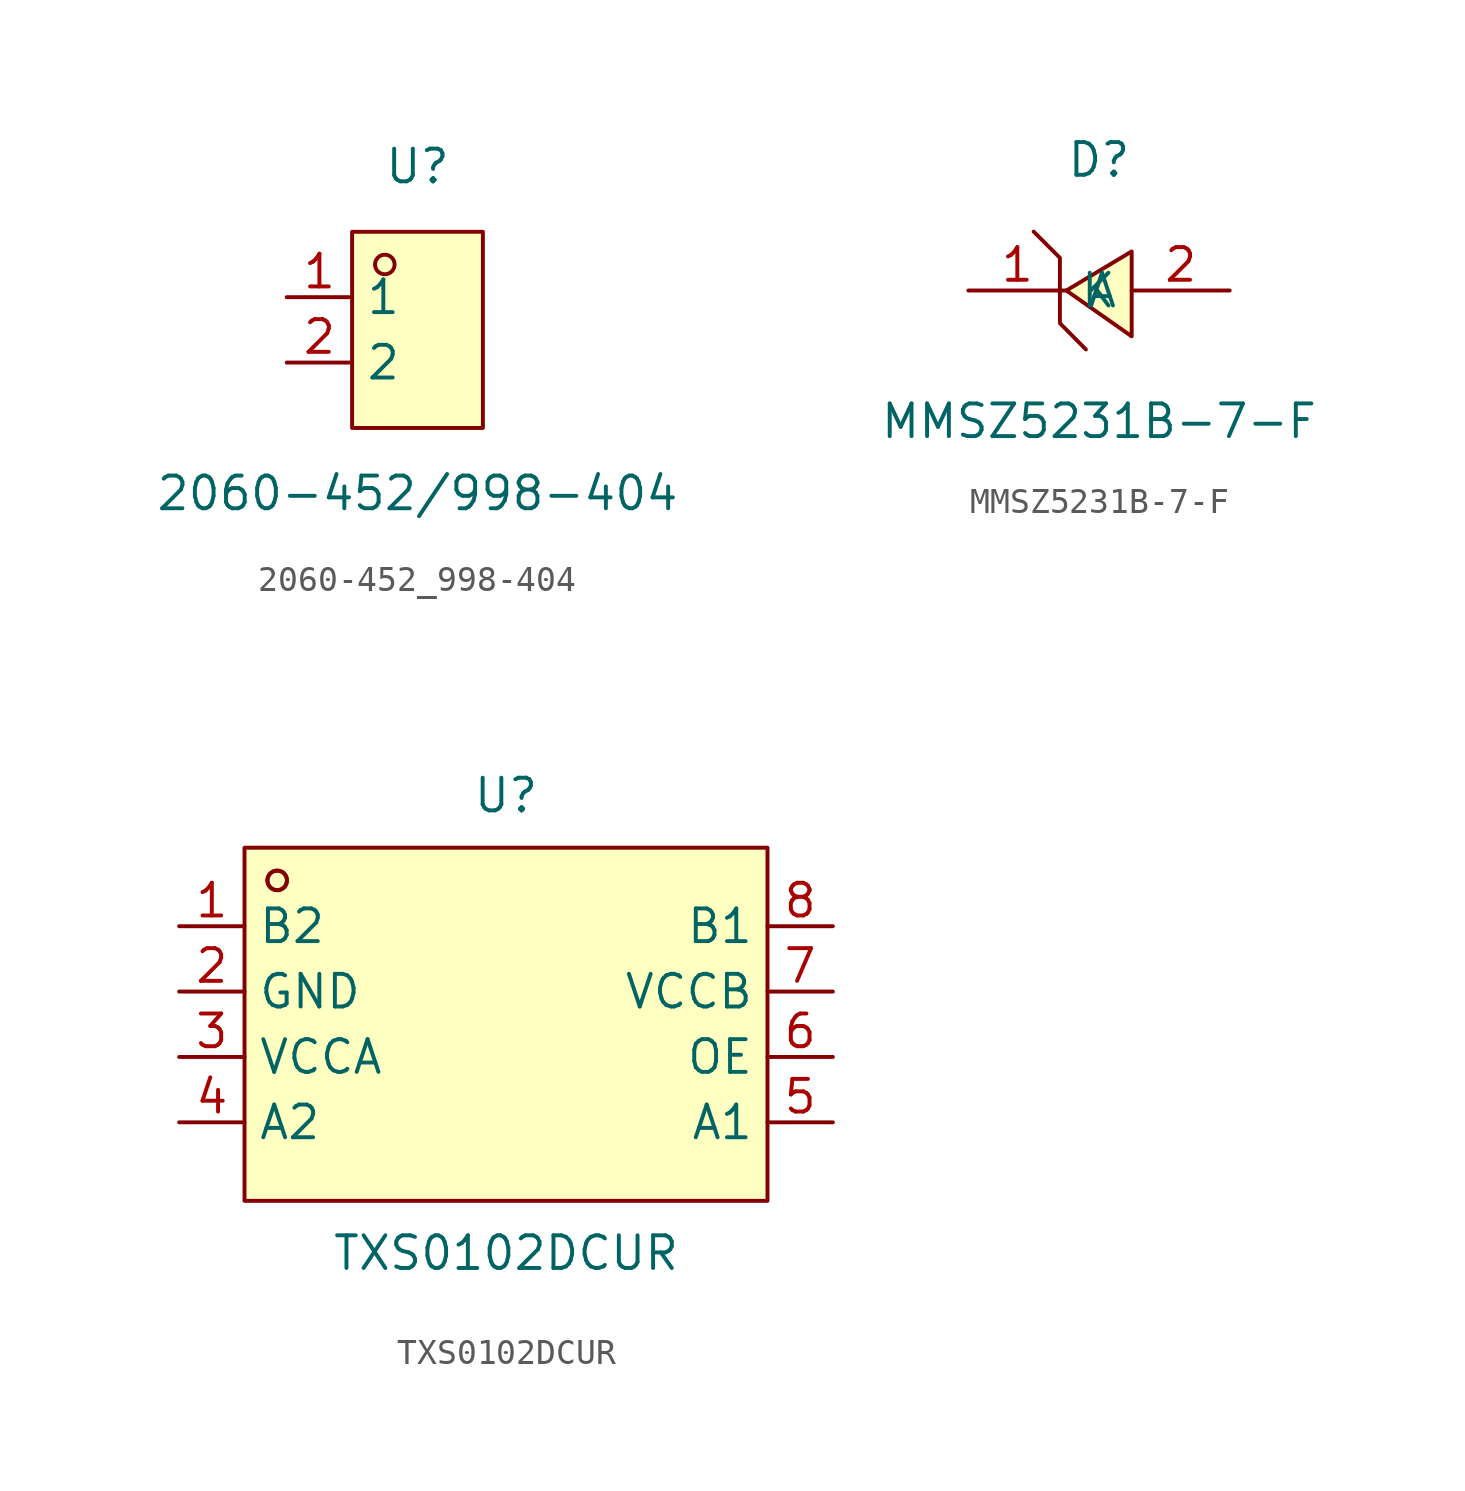
<source format=kicad_sym>
(kicad_symbol_lib
  (version 20211014)
  (generator https://github.com/uPesy/easyeda2kicad.py)
  (symbol "2060-452_998-404"
    (property "Reference" "U"
      (at 0 6.35 0)
      (effects (font (size 1.27 1.27))))
    (property "Value" "2060-452/998-404"
      (at 0 -6.35 0)
      (effects (font (size 1.27 1.27))))
    (symbol "2060-452_998-404_0_1"
      (rectangle (start -2.54 3.81) (end 2.54 -3.81) (stroke (width 0) (type default) (color 0 0 0 0)) (fill (type background)))
      (circle (center -1.27 2.54) (radius 0.38) (stroke (width 0) (type default) (color 0 0 0 0)) (fill (type none)))
      (pin unspecified line (at -5.08 1.27 0) (length 2.54) (name "1" (effects (font (size 1.27 1.27)))) (number "1" (effects (font (size 1.27 1.27)))))
      (pin unspecified line (at -5.08 -1.27 0) (length 2.54) (name "2" (effects (font (size 1.27 1.27)))) (number "2" (effects (font (size 1.27 1.27)))))))
  (symbol "MMSZ5231B-7-F"
    (property "Reference" "D"
      (at 0 5.08 0)
      (effects (font (size 1.27 1.27))))
    (property "Value" "MMSZ5231B-7-F"
      (at 0 -5.08 0)
      (effects (font (size 1.27 1.27))))
    (symbol "MMSZ5231B-7-F_0_1"
      (polyline (pts (xy 1.27 1.52) (xy -1.27 -0.00) (xy 1.27 -1.78) (xy 1.27 1.52)) (stroke (width 0) (type default) (color 0 0 0 0)) (fill (type background)))
      (polyline (pts (xy -2.54 2.29) (xy -1.52 1.27) (xy -1.52 -1.27) (xy -0.51 -2.29)) (stroke (width 0) (type default) (color 0 0 0 0)) (fill (type none)))
      (pin unspecified line (at 5.08 -0.00 180) (length 3.81) (name "A" (effects (font (size 1.27 1.27)))) (number "2" (effects (font (size 1.27 1.27)))))
      (pin unspecified line (at -5.08 -0.00 0) (length 3.81) (name "K" (effects (font (size 1.27 1.27)))) (number "1" (effects (font (size 1.27 1.27)))))))
  (symbol "TXS0102DCUR"
    (property "Reference" "U"
      (at 0 8.89 0)
      (effects (font (size 1.27 1.27))))
    (property "Value" "TXS0102DCUR"
      (at 0 -8.89 0)
      (effects (font (size 1.27 1.27))))
    (symbol "TXS0102DCUR_0_1"
      (rectangle (start -10.16 6.86) (end 10.16 -6.86) (stroke (width 0) (type default) (color 0 0 0 0)) (fill (type background)))
      (circle (center -8.89 5.59) (radius 0.38) (stroke (width 0) (type default) (color 0 0 0 0)) (fill (type none)))
      (circle (center -8.89 5.59) (radius 0.38) (stroke (width 0) (type default) (color 0 0 0 0)) (fill (type none)))
      (pin unspecified line (at -12.70 3.81 0) (length 2.54) (name "B2" (effects (font (size 1.27 1.27)))) (number "1" (effects (font (size 1.27 1.27)))))
      (pin unspecified line (at -12.70 1.27 0) (length 2.54) (name "GND" (effects (font (size 1.27 1.27)))) (number "2" (effects (font (size 1.27 1.27)))))
      (pin unspecified line (at -12.70 -1.27 0) (length 2.54) (name "VCCA" (effects (font (size 1.27 1.27)))) (number "3" (effects (font (size 1.27 1.27)))))
      (pin unspecified line (at -12.70 -3.81 0) (length 2.54) (name "A2" (effects (font (size 1.27 1.27)))) (number "4" (effects (font (size 1.27 1.27)))))
      (pin unspecified line (at 12.70 -3.81 180) (length 2.54) (name "A1" (effects (font (size 1.27 1.27)))) (number "5" (effects (font (size 1.27 1.27)))))
      (pin unspecified line (at 12.70 -1.27 180) (length 2.54) (name "OE" (effects (font (size 1.27 1.27)))) (number "6" (effects (font (size 1.27 1.27)))))
      (pin unspecified line (at 12.70 1.27 180) (length 2.54) (name "VCCB" (effects (font (size 1.27 1.27)))) (number "7" (effects (font (size 1.27 1.27)))))
      (pin unspecified line (at 12.70 3.81 180) (length 2.54) (name "B1" (effects (font (size 1.27 1.27)))) (number "8" (effects (font (size 1.27 1.27))))))))
</source>
